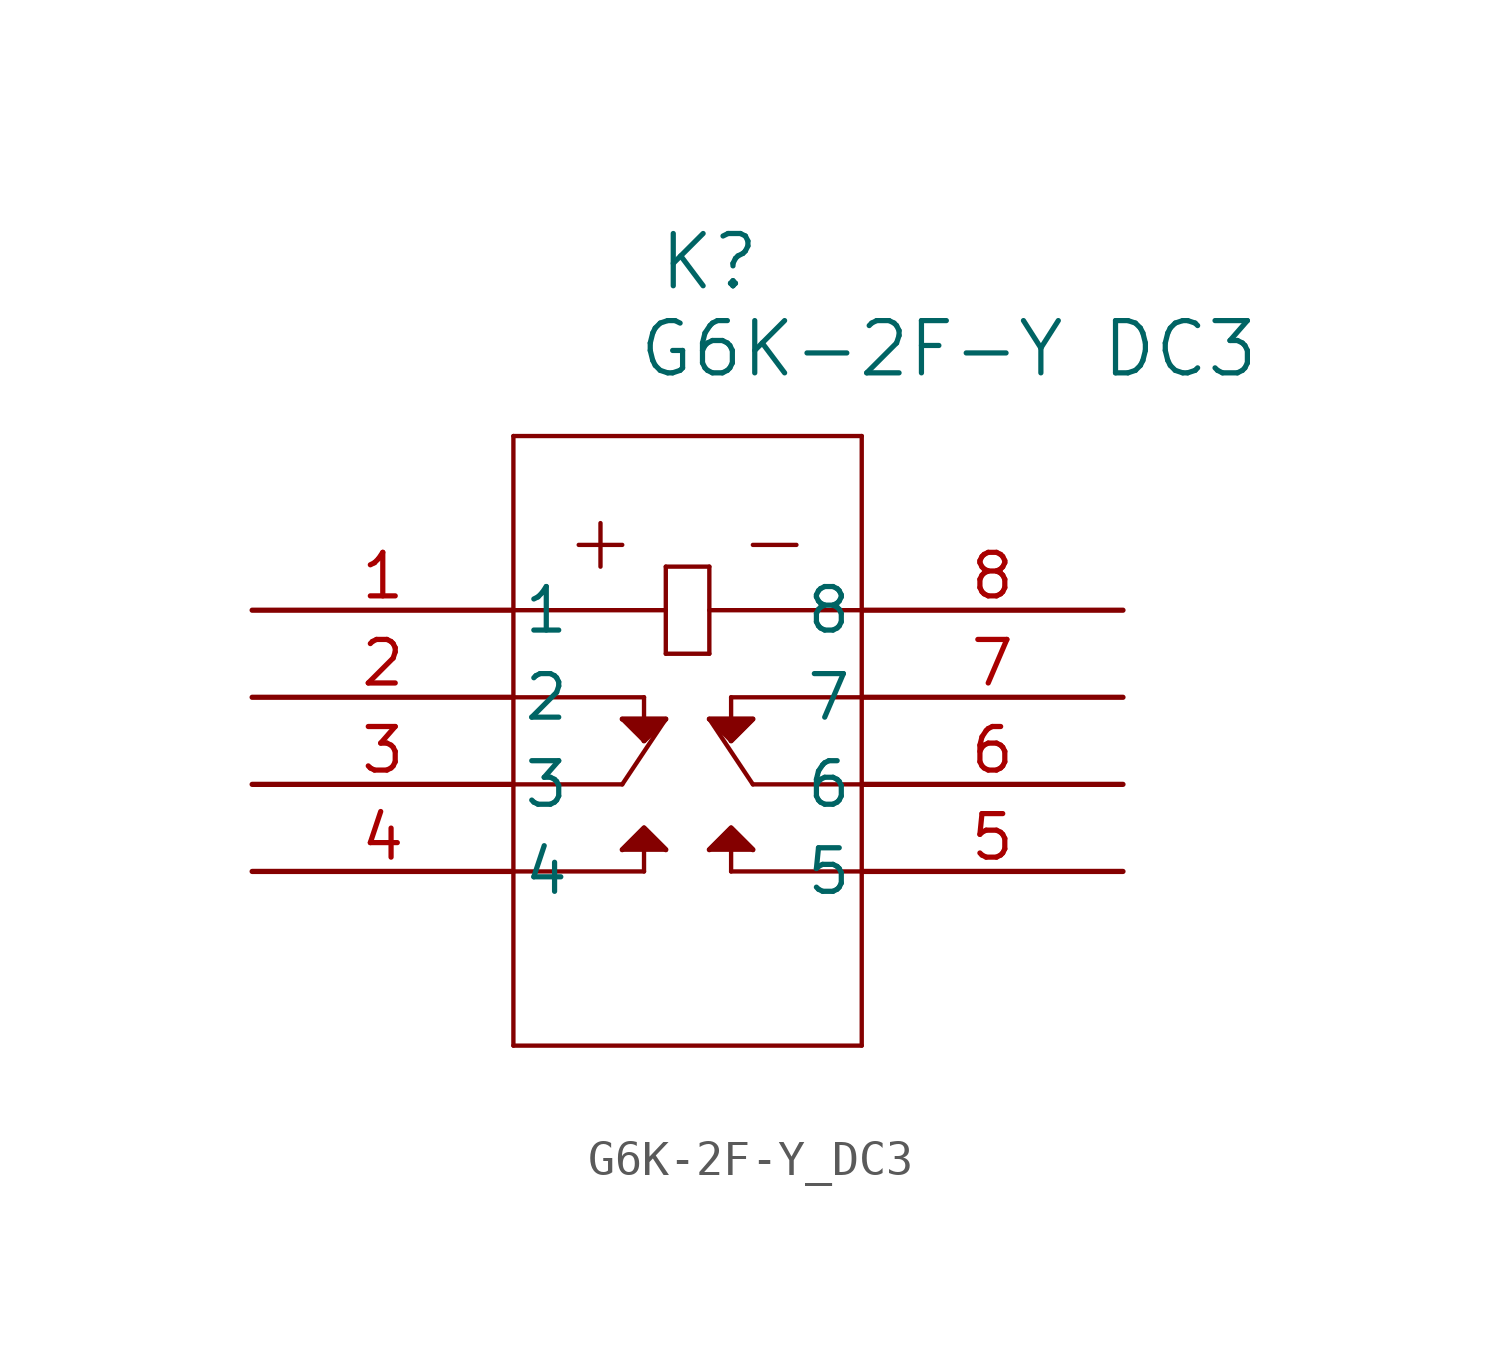
<source format=kicad_sym>
(kicad_symbol_lib
  (version 20211014)
  (generator kicad_symbol_editor)
  (symbol "G6K-2F-Y_DC3"
    (pin_names
      (offset 0.254))
    (property "Reference" "K"
      (at 13.335 10.16 0)
      (effects (font (size 1.524 1.524))))
    (property "Value" "G6K-2F-Y DC3"
      (at 20.32 7.62 0)
      (effects (font (size 1.524 1.524))))
    (symbol "G6K-2F-Y_DC3_0_1"
      (polyline (pts (xy 7.62 5.08) (xy 7.62 -12.7)) (stroke (width 0.127) (type default) (color 0 0 0 0)) (fill (type none)))
      (polyline (pts (xy 7.62 -12.7) (xy 17.78 -12.7)) (stroke (width 0.127) (type default) (color 0 0 0 0)) (fill (type none)))
      (polyline (pts (xy 17.78 -12.7) (xy 17.78 5.08)) (stroke (width 0.127) (type default) (color 0 0 0 0)) (fill (type none)))
      (polyline (pts (xy 17.78 5.08) (xy 7.62 5.08)) (stroke (width 0.127) (type default) (color 0 0 0 0)) (fill (type none)))
      (polyline (pts (xy 7.62 0) (xy 12.065 0)) (stroke (width 0.127) (type default) (color 0 0 0 0)) (fill (type none)))
      (polyline (pts (xy 7.62 -2.54) (xy 11.43 -2.54)) (stroke (width 0.127) (type default) (color 0 0 0 0)) (fill (type none)))
      (polyline (pts (xy 7.62 -5.08) (xy 10.795 -5.08)) (stroke (width 0.127) (type default) (color 0 0 0 0)) (fill (type none)))
      (polyline (pts (xy 7.62 -7.62) (xy 11.43 -7.62)) (stroke (width 0.127) (type default) (color 0 0 0 0)) (fill (type none)))
      (polyline (pts (xy 17.78 0) (xy 13.335 0)) (stroke (width 0.127) (type default) (color 0 0 0 0)) (fill (type none)))
      (polyline (pts (xy 13.97 -2.54) (xy 17.78 -2.54)) (stroke (width 0.127) (type default) (color 0 0 0 0)) (fill (type none)))
      (polyline (pts (xy 17.78 -5.08) (xy 14.605 -5.08)) (stroke (width 0.127) (type default) (color 0 0 0 0)) (fill (type none)))
      (polyline (pts (xy 13.97 -7.62) (xy 17.78 -7.62)) (stroke (width 0.127) (type default) (color 0 0 0 0)) (fill (type none)))
      (polyline (pts (xy 12.065 1.27) (xy 12.065 -1.27)) (stroke (width 0.127) (type default) (color 0 0 0 0)) (fill (type none)))
      (polyline (pts (xy 12.065 1.27) (xy 13.335 1.27)) (stroke (width 0.127) (type default) (color 0 0 0 0)) (fill (type none)))
      (polyline (pts (xy 13.335 1.27) (xy 13.335 -1.27)) (stroke (width 0.127) (type default) (color 0 0 0 0)) (fill (type none)))
      (polyline (pts (xy 12.065 -1.27) (xy 13.335 -1.27)) (stroke (width 0.127) (type default) (color 0 0 0 0)) (fill (type none)))
      (polyline (pts (xy 11.43 -2.54) (xy 11.43 -3.175)) (stroke (width 0.127) (type default) (color 0 0 0 0)) (fill (type none)))
      (polyline (pts (xy 10.795 -3.175) (xy 12.065 -3.175)) (stroke (width 0.127) (type default) (color 0 0 0 0)) (fill (type none)))
      (polyline (pts (xy 10.795 -3.175) (xy 11.43 -3.81)) (stroke (width 0.127) (type default) (color 0 0 0 0)) (fill (type none)))
      (polyline (pts (xy 12.065 -3.175) (xy 11.43 -3.81)) (stroke (width 0.127) (type default) (color 0 0 0 0)) (fill (type none)))
      (polyline (pts (xy 11.43 -7.62) (xy 11.43 -6.985)) (stroke (width 0.127) (type default) (color 0 0 0 0)) (fill (type none)))
      (polyline (pts (xy 10.795 -6.985) (xy 12.065 -6.985)) (stroke (width 0.127) (type default) (color 0 0 0 0)) (fill (type none)))
      (polyline (pts (xy 11.43 -6.35) (xy 12.065 -6.985)) (stroke (width 0.127) (type default) (color 0 0 0 0)) (fill (type none)))
      (polyline (pts (xy 10.795 -6.985) (xy 11.43 -6.35)) (stroke (width 0.127) (type default) (color 0 0 0 0)) (fill (type none)))
      (polyline (pts (xy 12.065 -3.175) (xy 10.795 -5.08)) (stroke (width 0.127) (type default) (color 0 0 0 0)) (fill (type none)))
      (polyline (pts (xy 13.97 -2.54) (xy 13.97 -3.175)) (stroke (width 0.127) (type default) (color 0 0 0 0)) (fill (type none)))
      (polyline (pts (xy 13.335 -3.175) (xy 14.605 -3.175)) (stroke (width 0.127) (type default) (color 0 0 0 0)) (fill (type none)))
      (polyline (pts (xy 13.335 -3.175) (xy 13.97 -3.81)) (stroke (width 0.127) (type default) (color 0 0 0 0)) (fill (type none)))
      (polyline (pts (xy 13.97 -3.81) (xy 14.605 -3.175)) (stroke (width 0.127) (type default) (color 0 0 0 0)) (fill (type none)))
      (polyline (pts (xy 14.605 -5.08) (xy 13.335 -3.175)) (stroke (width 0.127) (type default) (color 0 0 0 0)) (fill (type none)))
      (polyline (pts (xy 13.97 -7.62) (xy 13.97 -6.985)) (stroke (width 0.127) (type default) (color 0 0 0 0)) (fill (type none)))
      (polyline (pts (xy 13.335 -6.985) (xy 13.97 -6.35)) (stroke (width 0.127) (type default) (color 0 0 0 0)) (fill (type none)))
      (polyline (pts (xy 13.335 -6.985) (xy 14.605 -6.985)) (stroke (width 0.127) (type default) (color 0 0 0 0)) (fill (type none)))
      (polyline (pts (xy 13.97 -6.35) (xy 14.605 -6.985)) (stroke (width 0.127) (type default) (color 0 0 0 0)) (fill (type none)))
      (polyline (pts (xy 10.795 -3.175) (xy 12.065 -3.175) (xy 11.43 -3.81)) (stroke (width 0) (type default) (color 0 0 0 0)) (fill (type outline)))
      (polyline (pts (xy 10.795 -6.985) (xy 11.43 -6.35) (xy 12.065 -6.985)) (stroke (width 0) (type default) (color 0 0 0 0)) (fill (type outline)))
      (polyline (pts (xy 13.335 -3.175) (xy 14.605 -3.175) (xy 13.97 -3.81)) (stroke (width 0) (type default) (color 0 0 0 0)) (fill (type outline)))
      (polyline (pts (xy 13.335 -6.985) (xy 13.97 -6.35) (xy 14.605 -6.985)) (stroke (width 0) (type default) (color 0 0 0 0)) (fill (type outline)))
      (polyline (pts (xy 14.605 1.905) (xy 15.875 1.905)) (stroke (width 0.127) (type default) (color 0 0 0 0)) (fill (type none)))
      (polyline (pts (xy 9.525 1.905) (xy 10.795 1.905)) (stroke (width 0.127) (type default) (color 0 0 0 0)) (fill (type none)))
      (polyline (pts (xy 10.16 2.54) (xy 10.16 1.27)) (stroke (width 0.127) (type default) (color 0 0 0 0)) (fill (type none)))
      (pin unspecified line (at 0 0 0) (length 7.62) (name "1" (effects (font (size 1.27 1.27)))) (number "1" (effects (font (size 1.27 1.27)))))
      (pin unspecified line (at 0 -2.54 0) (length 7.62) (name "2" (effects (font (size 1.27 1.27)))) (number "2" (effects (font (size 1.27 1.27)))))
      (pin unspecified line (at 0 -5.08 0) (length 7.62) (name "3" (effects (font (size 1.27 1.27)))) (number "3" (effects (font (size 1.27 1.27)))))
      (pin unspecified line (at 0 -7.62 0) (length 7.62) (name "4" (effects (font (size 1.27 1.27)))) (number "4" (effects (font (size 1.27 1.27)))))
      (pin unspecified line (at 25.4 -7.62 180) (length 7.62) (name "5" (effects (font (size 1.27 1.27)))) (number "5" (effects (font (size 1.27 1.27)))))
      (pin unspecified line (at 25.4 -5.08 180) (length 7.62) (name "6" (effects (font (size 1.27 1.27)))) (number "6" (effects (font (size 1.27 1.27)))))
      (pin unspecified line (at 25.4 -2.54 180) (length 7.62) (name "7" (effects (font (size 1.27 1.27)))) (number "7" (effects (font (size 1.27 1.27)))))
      (pin unspecified line (at 25.4 0 180) (length 7.62) (name "8" (effects (font (size 1.27 1.27)))) (number "8" (effects (font (size 1.27 1.27))))))))
</source>
